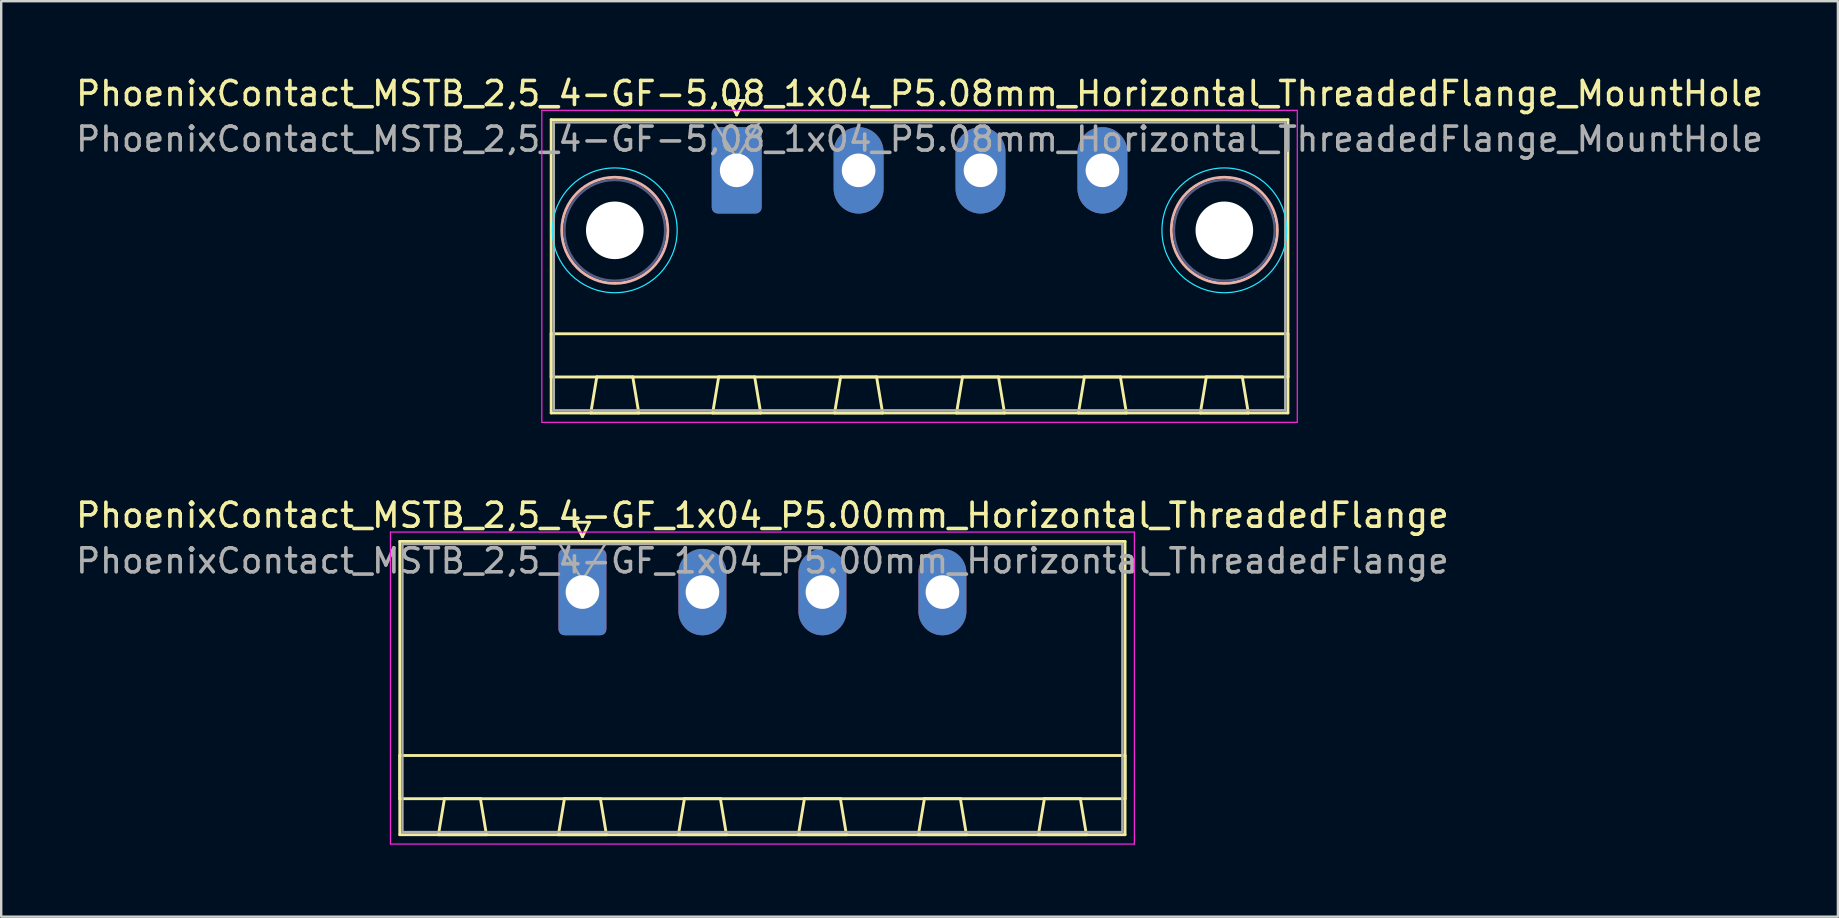
<source format=kicad_pcb>
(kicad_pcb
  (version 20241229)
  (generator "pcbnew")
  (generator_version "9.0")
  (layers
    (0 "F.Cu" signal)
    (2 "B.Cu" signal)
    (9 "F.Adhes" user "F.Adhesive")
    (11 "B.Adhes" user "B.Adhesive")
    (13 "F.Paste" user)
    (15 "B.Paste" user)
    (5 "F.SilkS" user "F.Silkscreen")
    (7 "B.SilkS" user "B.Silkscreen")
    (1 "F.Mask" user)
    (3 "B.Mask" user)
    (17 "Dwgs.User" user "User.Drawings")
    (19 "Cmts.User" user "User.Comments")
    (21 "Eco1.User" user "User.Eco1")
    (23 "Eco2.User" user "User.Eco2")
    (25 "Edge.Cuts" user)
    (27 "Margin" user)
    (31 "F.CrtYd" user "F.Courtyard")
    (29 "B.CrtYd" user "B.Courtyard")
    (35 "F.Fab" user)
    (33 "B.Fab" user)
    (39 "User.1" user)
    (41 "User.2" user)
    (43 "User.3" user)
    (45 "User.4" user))
  (footprint "PhoenixContact_MSTB_2,5_4-GF-5,08_1x04_P5.08mm_Horizontal_ThreadedFlange_MountHole"
    (layer "F.Cu")
    (at 27.648 4.048)
    (property "Reference" "PhoenixContact_MSTB_2,5_4-GF-5,08_1x04_P5.08mm_Horizontal_ThreadedFlange_MountHole" (at 7.62 -3.2 0) (layer "F.SilkS") (effects (font (size 1 1) (thickness 0.15))))
    (attr through_hole)
    (fp_line (start -7.73 -2.11) (end -7.73 10.11) (stroke (width 0.12) (type solid)) (layer "F.SilkS"))
    (fp_line (start -7.73 6.81) (end 22.97 6.81) (stroke (width 0.12) (type solid)) (layer "F.SilkS"))
    (fp_line (start -7.73 8.61) (end -7.73 6.81) (stroke (width 0.12) (type solid)) (layer "F.SilkS"))
    (fp_line (start -7.73 10.11) (end 22.97 10.11) (stroke (width 0.12) (type solid)) (layer "F.SilkS"))
    (fp_line (start -6.08 10.11) (end -4.08 10.11) (stroke (width 0.12) (type solid)) (layer "F.SilkS"))
    (fp_line (start -5.83 8.61) (end -6.08 10.11) (stroke (width 0.12) (type solid)) (layer "F.SilkS"))
    (fp_line (start -4.33 8.61) (end -5.83 8.61) (stroke (width 0.12) (type solid)) (layer "F.SilkS"))
    (fp_line (start -4.08 10.11) (end -4.33 8.61) (stroke (width 0.12) (type solid)) (layer "F.SilkS"))
    (fp_line (start -1 10.11) (end 1 10.11) (stroke (width 0.12) (type solid)) (layer "F.SilkS"))
    (fp_line (start -0.75 8.61) (end -1 10.11) (stroke (width 0.12) (type solid)) (layer "F.SilkS"))
    (fp_line (start -0.3 -2.91) (end 0.3 -2.91) (stroke (width 0.12) (type solid)) (layer "F.SilkS"))
    (fp_line (start 0 -2.31) (end -0.3 -2.91) (stroke (width 0.12) (type solid)) (layer "F.SilkS"))
    (fp_line (start 0.3 -2.91) (end 0 -2.31) (stroke (width 0.12) (type solid)) (layer "F.SilkS"))
    (fp_line (start 0.75 8.61) (end -0.75 8.61) (stroke (width 0.12) (type solid)) (layer "F.SilkS"))
    (fp_line (start 1 10.11) (end 0.75 8.61) (stroke (width 0.12) (type solid)) (layer "F.SilkS"))
    (fp_line (start 4.08 10.11) (end 6.08 10.11) (stroke (width 0.12) (type solid)) (layer "F.SilkS"))
    (fp_line (start 4.33 8.61) (end 4.08 10.11) (stroke (width 0.12) (type solid)) (layer "F.SilkS"))
    (fp_line (start 5.83 8.61) (end 4.33 8.61) (stroke (width 0.12) (type solid)) (layer "F.SilkS"))
    (fp_line (start 6.08 10.11) (end 5.83 8.61) (stroke (width 0.12) (type solid)) (layer "F.SilkS"))
    (fp_line (start 9.16 10.11) (end 11.16 10.11) (stroke (width 0.12) (type solid)) (layer "F.SilkS"))
    (fp_line (start 9.41 8.61) (end 9.16 10.11) (stroke (width 0.12) (type solid)) (layer "F.SilkS"))
    (fp_line (start 10.91 8.61) (end 9.41 8.61) (stroke (width 0.12) (type solid)) (layer "F.SilkS"))
    (fp_line (start 11.16 10.11) (end 10.91 8.61) (stroke (width 0.12) (type solid)) (layer "F.SilkS"))
    (fp_line (start 14.24 10.11) (end 16.24 10.11) (stroke (width 0.12) (type solid)) (layer "F.SilkS"))
    (fp_line (start 14.49 8.61) (end 14.24 10.11) (stroke (width 0.12) (type solid)) (layer "F.SilkS"))
    (fp_line (start 15.99 8.61) (end 14.49 8.61) (stroke (width 0.12) (type solid)) (layer "F.SilkS"))
    (fp_line (start 16.24 10.11) (end 15.99 8.61) (stroke (width 0.12) (type solid)) (layer "F.SilkS"))
    (fp_line (start 19.32 10.11) (end 21.32 10.11) (stroke (width 0.12) (type solid)) (layer "F.SilkS"))
    (fp_line (start 19.57 8.61) (end 19.32 10.11) (stroke (width 0.12) (type solid)) (layer "F.SilkS"))
    (fp_line (start 21.07 8.61) (end 19.57 8.61) (stroke (width 0.12) (type solid)) (layer "F.SilkS"))
    (fp_line (start 21.32 10.11) (end 21.07 8.61) (stroke (width 0.12) (type solid)) (layer "F.SilkS"))
    (fp_line (start 22.97 -2.11) (end -7.73 -2.11) (stroke (width 0.12) (type solid)) (layer "F.SilkS"))
    (fp_line (start 22.97 6.81) (end 22.97 8.61) (stroke (width 0.12) (type solid)) (layer "F.SilkS"))
    (fp_line (start 22.97 8.61) (end -7.73 8.61) (stroke (width 0.12) (type solid)) (layer "F.SilkS"))
    (fp_line (start 22.97 10.11) (end 22.97 -2.11) (stroke (width 0.12) (type solid)) (layer "F.SilkS"))
    (fp_circle (center -5.08 2.5) (end -2.87 2.5) (stroke (width 0.12) (type solid)) (fill no) (layer "B.SilkS"))
    (fp_circle (center 20.32 2.5) (end 22.53 2.5) (stroke (width 0.12) (type solid)) (fill no) (layer "B.SilkS"))
    (fp_circle (center -5.08 2.5) (end -2.48 2.5) (stroke (width 0.05) (type solid)) (fill no) (layer "B.CrtYd"))
    (fp_circle (center 20.32 2.5) (end 22.92 2.5) (stroke (width 0.05) (type solid)) (fill no) (layer "B.CrtYd"))
    (fp_line (start -8.12 -2.5) (end -8.12 10.5) (stroke (width 0.05) (type solid)) (layer "F.CrtYd"))
    (fp_line (start -8.12 10.5) (end 23.36 10.5) (stroke (width 0.05) (type solid)) (layer "F.CrtYd"))
    (fp_line (start 23.36 -2.5) (end -8.12 -2.5) (stroke (width 0.05) (type solid)) (layer "F.CrtYd"))
    (fp_line (start 23.36 10.5) (end 23.36 -2.5) (stroke (width 0.05) (type solid)) (layer "F.CrtYd"))
    (fp_circle (center -5.08 2.5) (end -2.98 2.5) (stroke (width 0.1) (type solid)) (fill no) (layer "B.Fab"))
    (fp_circle (center 20.32 2.5) (end 22.42 2.5) (stroke (width 0.1) (type solid)) (fill no) (layer "B.Fab"))
    (fp_line (start -7.62 -2) (end -7.62 10) (stroke (width 0.1) (type solid)) (layer "F.Fab"))
    (fp_line (start -7.62 10) (end 22.86 10) (stroke (width 0.1) (type solid)) (layer "F.Fab"))
    (fp_line (start 0 -0.5) (end -0.95 -2) (stroke (width 0.1) (type solid)) (layer "F.Fab"))
    (fp_line (start 0.95 -2) (end 0 -0.5) (stroke (width 0.1) (type solid)) (layer "F.Fab"))
    (fp_line (start 22.86 -2) (end -7.62 -2) (stroke (width 0.1) (type solid)) (layer "F.Fab"))
    (fp_line (start 22.86 10) (end 22.86 -2) (stroke (width 0.1) (type solid)) (layer "F.Fab"))
    (fp_text user "${REFERENCE}" (at 7.62 -1.3 0) (layer "F.Fab") (effects (font (size 1 1) (thickness 0.15))))
    (pad "" np_thru_hole circle (at -5.08 2.5) (size 2.4 2.4) (drill 2.4) (layers "*.Cu" "*.Mask"))
    (pad "" np_thru_hole circle (at 20.32 2.5) (size 2.4 2.4) (drill 2.4) (layers "*.Cu" "*.Mask"))
    (pad "1" thru_hole roundrect (at 0 0) (size 2.08 3.6) (drill 1.4) (layers "*.Cu" "*.Mask") (roundrect_rratio 0.12))
    (pad "2" thru_hole oval (at 5.08 0) (size 2.08 3.6) (drill 1.4) (layers "*.Cu" "*.Mask"))
    (pad "3" thru_hole oval (at 10.16 0) (size 2.08 3.6) (drill 1.4) (layers "*.Cu" "*.Mask"))
    (pad "4" thru_hole oval (at 15.24 0) (size 2.08 3.6) (drill 1.4) (layers "*.Cu" "*.Mask")))
  (footprint "PhoenixContact_MSTB_2,5_4-GF_1x04_P5.00mm_Horizontal_ThreadedFlange"
    (layer "F.Cu")
    (at 21.22 21.622)
    (property "Reference" "PhoenixContact_MSTB_2,5_4-GF_1x04_P5.00mm_Horizontal_ThreadedFlange" (at 7.5 -3.2 0) (layer "F.SilkS") (effects (font (size 1 1) (thickness 0.15))))
    (attr through_hole)
    (fp_line (start -7.61 -2.11) (end -7.61 10.11) (stroke (width 0.12) (type solid)) (layer "F.SilkS"))
    (fp_line (start -7.61 6.81) (end 22.61 6.81) (stroke (width 0.12) (type solid)) (layer "F.SilkS"))
    (fp_line (start -7.61 8.61) (end -7.61 6.81) (stroke (width 0.12) (type solid)) (layer "F.SilkS"))
    (fp_line (start -7.61 10.11) (end 22.61 10.11) (stroke (width 0.12) (type solid)) (layer "F.SilkS"))
    (fp_line (start -6 10.11) (end -4 10.11) (stroke (width 0.12) (type solid)) (layer "F.SilkS"))
    (fp_line (start -5.75 8.61) (end -6 10.11) (stroke (width 0.12) (type solid)) (layer "F.SilkS"))
    (fp_line (start -4.25 8.61) (end -5.75 8.61) (stroke (width 0.12) (type solid)) (layer "F.SilkS"))
    (fp_line (start -4 10.11) (end -4.25 8.61) (stroke (width 0.12) (type solid)) (layer "F.SilkS"))
    (fp_line (start -1 10.11) (end 1 10.11) (stroke (width 0.12) (type solid)) (layer "F.SilkS"))
    (fp_line (start -0.75 8.61) (end -1 10.11) (stroke (width 0.12) (type solid)) (layer "F.SilkS"))
    (fp_line (start -0.3 -2.91) (end 0.3 -2.91) (stroke (width 0.12) (type solid)) (layer "F.SilkS"))
    (fp_line (start 0 -2.31) (end -0.3 -2.91) (stroke (width 0.12) (type solid)) (layer "F.SilkS"))
    (fp_line (start 0.3 -2.91) (end 0 -2.31) (stroke (width 0.12) (type solid)) (layer "F.SilkS"))
    (fp_line (start 0.75 8.61) (end -0.75 8.61) (stroke (width 0.12) (type solid)) (layer "F.SilkS"))
    (fp_line (start 1 10.11) (end 0.75 8.61) (stroke (width 0.12) (type solid)) (layer "F.SilkS"))
    (fp_line (start 4 10.11) (end 6 10.11) (stroke (width 0.12) (type solid)) (layer "F.SilkS"))
    (fp_line (start 4.25 8.61) (end 4 10.11) (stroke (width 0.12) (type solid)) (layer "F.SilkS"))
    (fp_line (start 5.75 8.61) (end 4.25 8.61) (stroke (width 0.12) (type solid)) (layer "F.SilkS"))
    (fp_line (start 6 10.11) (end 5.75 8.61) (stroke (width 0.12) (type solid)) (layer "F.SilkS"))
    (fp_line (start 9 10.11) (end 11 10.11) (stroke (width 0.12) (type solid)) (layer "F.SilkS"))
    (fp_line (start 9.25 8.61) (end 9 10.11) (stroke (width 0.12) (type solid)) (layer "F.SilkS"))
    (fp_line (start 10.75 8.61) (end 9.25 8.61) (stroke (width 0.12) (type solid)) (layer "F.SilkS"))
    (fp_line (start 11 10.11) (end 10.75 8.61) (stroke (width 0.12) (type solid)) (layer "F.SilkS"))
    (fp_line (start 14 10.11) (end 16 10.11) (stroke (width 0.12) (type solid)) (layer "F.SilkS"))
    (fp_line (start 14.25 8.61) (end 14 10.11) (stroke (width 0.12) (type solid)) (layer "F.SilkS"))
    (fp_line (start 15.75 8.61) (end 14.25 8.61) (stroke (width 0.12) (type solid)) (layer "F.SilkS"))
    (fp_line (start 16 10.11) (end 15.75 8.61) (stroke (width 0.12) (type solid)) (layer "F.SilkS"))
    (fp_line (start 19 10.11) (end 21 10.11) (stroke (width 0.12) (type solid)) (layer "F.SilkS"))
    (fp_line (start 19.25 8.61) (end 19 10.11) (stroke (width 0.12) (type solid)) (layer "F.SilkS"))
    (fp_line (start 20.75 8.61) (end 19.25 8.61) (stroke (width 0.12) (type solid)) (layer "F.SilkS"))
    (fp_line (start 21 10.11) (end 20.75 8.61) (stroke (width 0.12) (type solid)) (layer "F.SilkS"))
    (fp_line (start 22.61 -2.11) (end -7.61 -2.11) (stroke (width 0.12) (type solid)) (layer "F.SilkS"))
    (fp_line (start 22.61 6.81) (end 22.61 8.61) (stroke (width 0.12) (type solid)) (layer "F.SilkS"))
    (fp_line (start 22.61 8.61) (end -7.61 8.61) (stroke (width 0.12) (type solid)) (layer "F.SilkS"))
    (fp_line (start 22.61 10.11) (end 22.61 -2.11) (stroke (width 0.12) (type solid)) (layer "F.SilkS"))
    (fp_line (start -8 -2.5) (end -8 10.5) (stroke (width 0.05) (type solid)) (layer "F.CrtYd"))
    (fp_line (start -8 10.5) (end 23 10.5) (stroke (width 0.05) (type solid)) (layer "F.CrtYd"))
    (fp_line (start 23 -2.5) (end -8 -2.5) (stroke (width 0.05) (type solid)) (layer "F.CrtYd"))
    (fp_line (start 23 10.5) (end 23 -2.5) (stroke (width 0.05) (type solid)) (layer "F.CrtYd"))
    (fp_line (start -7.5 -2) (end -7.5 10) (stroke (width 0.1) (type solid)) (layer "F.Fab"))
    (fp_line (start -7.5 10) (end 22.5 10) (stroke (width 0.1) (type solid)) (layer "F.Fab"))
    (fp_line (start 0 -0.5) (end -0.95 -2) (stroke (width 0.1) (type solid)) (layer "F.Fab"))
    (fp_line (start 0.95 -2) (end 0 -0.5) (stroke (width 0.1) (type solid)) (layer "F.Fab"))
    (fp_line (start 22.5 -2) (end -7.5 -2) (stroke (width 0.1) (type solid)) (layer "F.Fab"))
    (fp_line (start 22.5 10) (end 22.5 -2) (stroke (width 0.1) (type solid)) (layer "F.Fab"))
    (fp_text user "${REFERENCE}" (at 7.5 -1.3 0) (layer "F.Fab") (effects (font (size 1 1) (thickness 0.15))))
    (pad "1" thru_hole roundrect (at 0 0) (size 2 3.6) (drill 1.4) (layers "*.Cu" "*.Mask") (roundrect_rratio 0.125))
    (pad "2" thru_hole oval (at 5 0) (size 2 3.6) (drill 1.4) (layers "*.Cu" "*.Mask"))
    (pad "3" thru_hole oval (at 10 0) (size 2 3.6) (drill 1.4) (layers "*.Cu" "*.Mask"))
    (pad "4" thru_hole oval (at 15 0) (size 2 3.6) (drill 1.4) (layers "*.Cu" "*.Mask")))
  (gr_rect
    (start -3 -3)
    (end 73.536 35.147)
    (stroke (width 0.1) (type default))
    (fill no)
    (layer "Edge.Cuts")))
</source>
